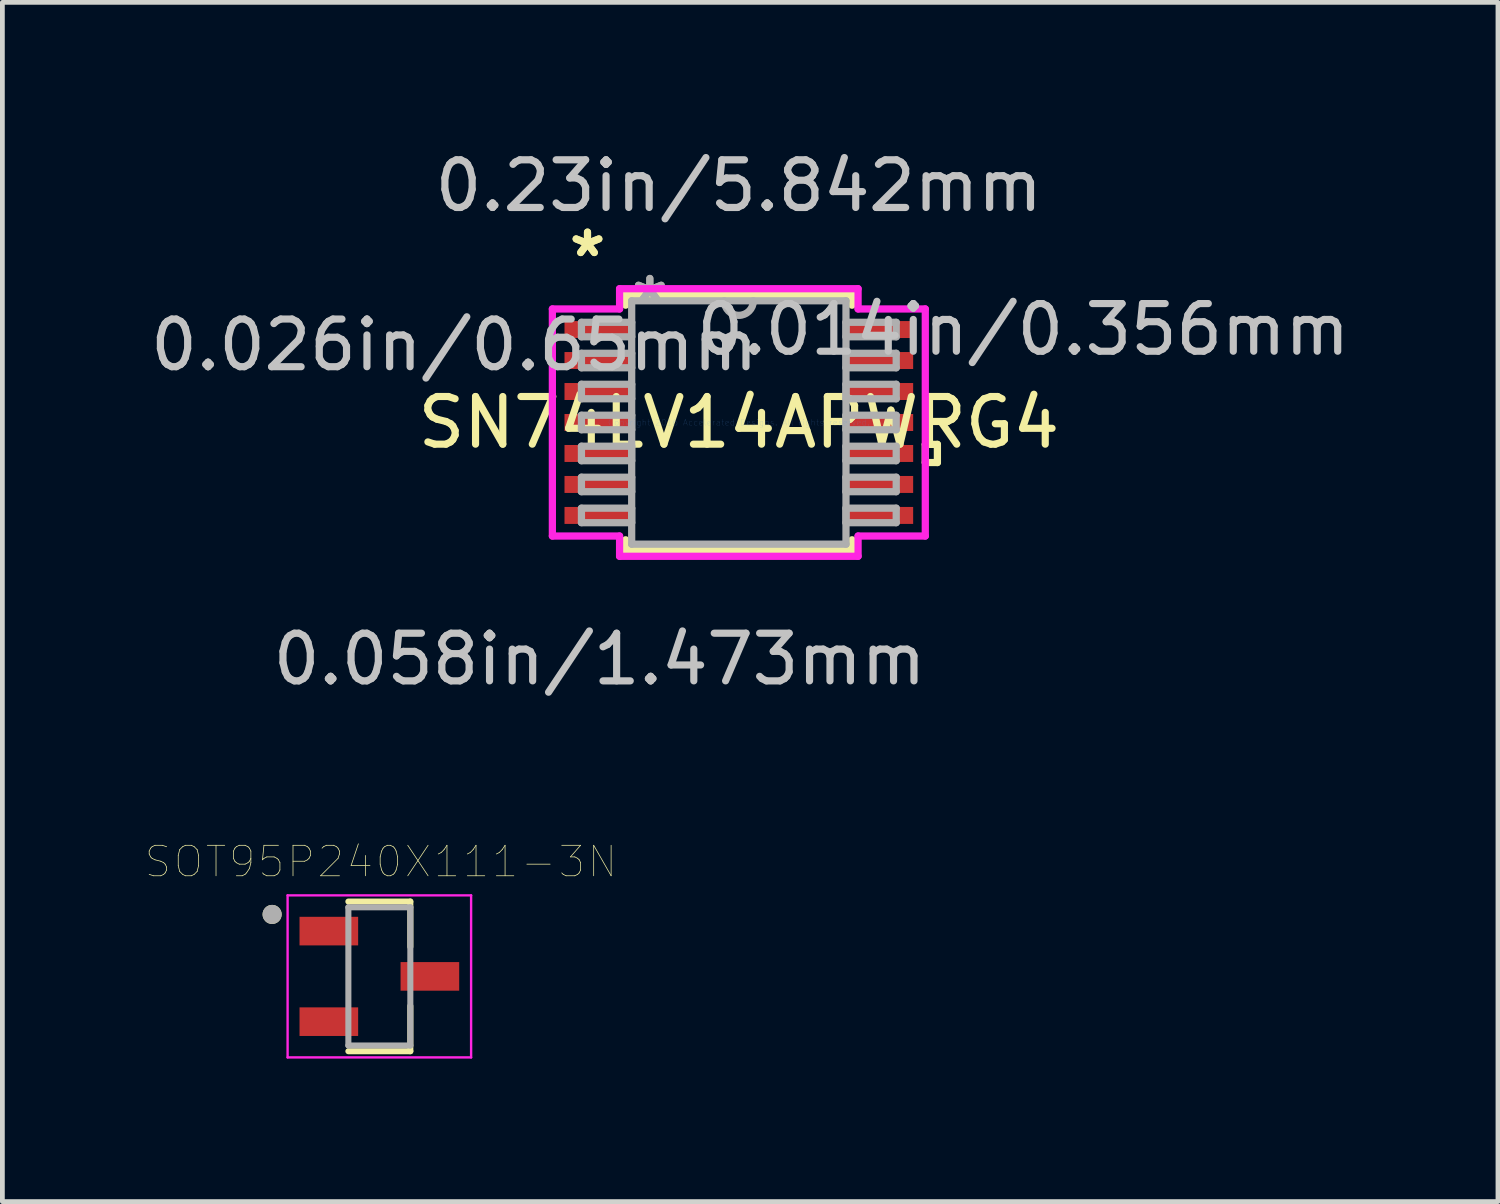
<source format=kicad_pcb>
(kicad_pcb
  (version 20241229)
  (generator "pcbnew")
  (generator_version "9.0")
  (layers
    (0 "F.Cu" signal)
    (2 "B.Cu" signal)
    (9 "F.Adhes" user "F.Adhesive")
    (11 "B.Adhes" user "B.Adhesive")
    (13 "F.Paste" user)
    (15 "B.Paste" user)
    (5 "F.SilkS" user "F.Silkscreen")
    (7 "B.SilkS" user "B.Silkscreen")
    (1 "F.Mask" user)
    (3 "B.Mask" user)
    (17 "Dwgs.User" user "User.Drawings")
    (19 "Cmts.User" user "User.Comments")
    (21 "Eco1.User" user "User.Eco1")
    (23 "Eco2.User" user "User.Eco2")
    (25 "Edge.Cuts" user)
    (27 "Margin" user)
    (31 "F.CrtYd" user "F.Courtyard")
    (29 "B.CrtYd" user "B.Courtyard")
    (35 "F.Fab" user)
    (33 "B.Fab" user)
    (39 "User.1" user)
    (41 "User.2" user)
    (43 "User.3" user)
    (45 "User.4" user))
  (footprint "SOT95P240X111-3N"
    (layer "F.Cu")
    (at 4.909 17.435)
    (property "Reference" "SOT95P240X111-3N" (at 0.032 -2.406 0) (layer "F.SilkS") (effects (font (size 0.64 0.64) (thickness 0.015))))
    (attr through_hole)
    (fp_line (start -0.65 -1.57) (end 0.65 -1.57) (stroke (width 0.127) (type solid)) (layer "F.SilkS"))
    (fp_line (start -0.65 1.57) (end 0.65 1.57) (stroke (width 0.127) (type solid)) (layer "F.SilkS"))
    (fp_line (start 0.65 -1.57) (end 0.65 -0.62) (stroke (width 0.127) (type solid)) (layer "F.SilkS"))
    (fp_line (start 0.65 1.57) (end 0.65 0.62) (stroke (width 0.127) (type solid)) (layer "F.SilkS"))
    (fp_circle (center -2.25 -1.3) (end -2.15 -1.3) (stroke (width 0.2) (type solid)) (fill no) (layer "F.SilkS"))
    (fp_line (start -1.925 -1.7) (end 1.925 -1.7) (stroke (width 0.05) (type solid)) (layer "F.CrtYd"))
    (fp_line (start -1.925 1.7) (end -1.925 -1.7) (stroke (width 0.05) (type solid)) (layer "F.CrtYd"))
    (fp_line (start 1.925 1.7) (end -1.925 1.7) (stroke (width 0.05) (type solid)) (layer "F.CrtYd"))
    (fp_line (start 1.925 1.7) (end 1.925 -1.7) (stroke (width 0.05) (type solid)) (layer "F.CrtYd"))
    (fp_line (start -0.65 -1.45) (end 0.65 -1.45) (stroke (width 0.127) (type solid)) (layer "F.Fab"))
    (fp_line (start -0.65 1.45) (end -0.65 -1.45) (stroke (width 0.127) (type solid)) (layer "F.Fab"))
    (fp_line (start 0.65 -1.45) (end 0.65 1.45) (stroke (width 0.127) (type solid)) (layer "F.Fab"))
    (fp_line (start 0.65 1.45) (end -0.65 1.45) (stroke (width 0.127) (type solid)) (layer "F.Fab"))
    (fp_circle (center -2.25 -1.3) (end -2.15 -1.3) (stroke (width 0.2) (type solid)) (fill no) (layer "F.Fab"))
    (pad "1" smd rect (at -1.06 -0.95) (size 1.23 0.6) (layers "F.Cu" "F.Mask" "F.Paste"))
    (pad "2" smd rect (at -1.06 0.95) (size 1.23 0.6) (layers "F.Cu" "F.Mask" "F.Paste"))
    (pad "3" smd rect (at 1.06 0) (size 1.23 0.6) (layers "F.Cu" "F.Mask" "F.Paste")))
  (footprint "SN74LV14APWRG4"
    (layer "F.Cu")
    (at 12.451 5.814)
    (property "Reference" "SN74LV14APWRG4" (at 0 0 0) (layer "F.SilkS") (effects (font (size 1 1) (thickness 0.15))))
    (attr through_hole)
    (fp_line (start -2.375 -2.68) (end -2.375 -2.461) (stroke (width 0.152) (type solid)) (layer "F.SilkS"))
    (fp_line (start -2.375 2.461) (end -2.375 2.68) (stroke (width 0.152) (type solid)) (layer "F.SilkS"))
    (fp_line (start -2.375 2.68) (end 2.375 2.68) (stroke (width 0.152) (type solid)) (layer "F.SilkS"))
    (fp_line (start 2.375 -2.68) (end -2.375 -2.68) (stroke (width 0.152) (type solid)) (layer "F.SilkS"))
    (fp_line (start 2.375 -2.461) (end 2.375 -2.68) (stroke (width 0.152) (type solid)) (layer "F.SilkS"))
    (fp_line (start 2.375 2.68) (end 2.375 2.461) (stroke (width 0.152) (type solid)) (layer "F.SilkS"))
    (fp_line (start 3.912 0.459) (end 4.166 0.459) (stroke (width 0.152) (type solid)) (layer "F.SilkS"))
    (fp_line (start 3.912 0.84) (end 3.912 0.459) (stroke (width 0.152) (type solid)) (layer "F.SilkS"))
    (fp_line (start 4.166 0.459) (end 4.166 0.84) (stroke (width 0.152) (type solid)) (layer "F.SilkS"))
    (fp_line (start 4.166 0.84) (end 3.912 0.84) (stroke (width 0.152) (type solid)) (layer "F.SilkS"))
    (fp_line (start -3.912 -2.382) (end -2.502 -2.382) (stroke (width 0.152) (type solid)) (layer "F.CrtYd"))
    (fp_line (start -3.912 2.382) (end -3.912 -2.382) (stroke (width 0.152) (type solid)) (layer "F.CrtYd"))
    (fp_line (start -2.502 -2.807) (end 2.502 -2.807) (stroke (width 0.152) (type solid)) (layer "F.CrtYd"))
    (fp_line (start -2.502 -2.382) (end -2.502 -2.807) (stroke (width 0.152) (type solid)) (layer "F.CrtYd"))
    (fp_line (start -2.502 2.382) (end -3.912 2.382) (stroke (width 0.152) (type solid)) (layer "F.CrtYd"))
    (fp_line (start -2.502 2.807) (end -2.502 2.382) (stroke (width 0.152) (type solid)) (layer "F.CrtYd"))
    (fp_line (start 2.502 -2.807) (end 2.502 -2.382) (stroke (width 0.152) (type solid)) (layer "F.CrtYd"))
    (fp_line (start 2.502 -2.382) (end 3.912 -2.382) (stroke (width 0.152) (type solid)) (layer "F.CrtYd"))
    (fp_line (start 2.502 2.382) (end 2.502 2.807) (stroke (width 0.152) (type solid)) (layer "F.CrtYd"))
    (fp_line (start 2.502 2.807) (end -2.502 2.807) (stroke (width 0.152) (type solid)) (layer "F.CrtYd"))
    (fp_line (start 3.912 -2.382) (end 3.912 2.382) (stroke (width 0.152) (type solid)) (layer "F.CrtYd"))
    (fp_line (start 3.912 2.382) (end 2.502 2.382) (stroke (width 0.152) (type solid)) (layer "F.CrtYd"))
    (fp_line (start -3.302 -2.102) (end -3.302 -1.798) (stroke (width 0.152) (type solid)) (layer "F.Fab"))
    (fp_line (start -3.302 -1.798) (end -2.248 -1.798) (stroke (width 0.152) (type solid)) (layer "F.Fab"))
    (fp_line (start -3.302 -1.452) (end -3.302 -1.148) (stroke (width 0.152) (type solid)) (layer "F.Fab"))
    (fp_line (start -3.302 -1.148) (end -2.248 -1.148) (stroke (width 0.152) (type solid)) (layer "F.Fab"))
    (fp_line (start -3.302 -0.802) (end -3.302 -0.498) (stroke (width 0.152) (type solid)) (layer "F.Fab"))
    (fp_line (start -3.302 -0.498) (end -2.248 -0.498) (stroke (width 0.152) (type solid)) (layer "F.Fab"))
    (fp_line (start -3.302 -0.152) (end -3.302 0.152) (stroke (width 0.152) (type solid)) (layer "F.Fab"))
    (fp_line (start -3.302 0.152) (end -2.248 0.152) (stroke (width 0.152) (type solid)) (layer "F.Fab"))
    (fp_line (start -3.302 0.498) (end -3.302 0.802) (stroke (width 0.152) (type solid)) (layer "F.Fab"))
    (fp_line (start -3.302 0.802) (end -2.248 0.802) (stroke (width 0.152) (type solid)) (layer "F.Fab"))
    (fp_line (start -3.302 1.148) (end -3.302 1.452) (stroke (width 0.152) (type solid)) (layer "F.Fab"))
    (fp_line (start -3.302 1.452) (end -2.248 1.452) (stroke (width 0.152) (type solid)) (layer "F.Fab"))
    (fp_line (start -3.302 1.798) (end -3.302 2.102) (stroke (width 0.152) (type solid)) (layer "F.Fab"))
    (fp_line (start -3.302 2.102) (end -2.248 2.102) (stroke (width 0.152) (type solid)) (layer "F.Fab"))
    (fp_line (start -2.248 -2.553) (end -2.248 2.553) (stroke (width 0.152) (type solid)) (layer "F.Fab"))
    (fp_line (start -2.248 -2.102) (end -3.302 -2.102) (stroke (width 0.152) (type solid)) (layer "F.Fab"))
    (fp_line (start -2.248 -1.798) (end -2.248 -2.102) (stroke (width 0.152) (type solid)) (layer "F.Fab"))
    (fp_line (start -2.248 -1.452) (end -3.302 -1.452) (stroke (width 0.152) (type solid)) (layer "F.Fab"))
    (fp_line (start -2.248 -1.148) (end -2.248 -1.452) (stroke (width 0.152) (type solid)) (layer "F.Fab"))
    (fp_line (start -2.248 -0.802) (end -3.302 -0.802) (stroke (width 0.152) (type solid)) (layer "F.Fab"))
    (fp_line (start -2.248 -0.498) (end -2.248 -0.802) (stroke (width 0.152) (type solid)) (layer "F.Fab"))
    (fp_line (start -2.248 -0.152) (end -3.302 -0.152) (stroke (width 0.152) (type solid)) (layer "F.Fab"))
    (fp_line (start -2.248 0.152) (end -2.248 -0.152) (stroke (width 0.152) (type solid)) (layer "F.Fab"))
    (fp_line (start -2.248 0.498) (end -3.302 0.498) (stroke (width 0.152) (type solid)) (layer "F.Fab"))
    (fp_line (start -2.248 0.802) (end -2.248 0.498) (stroke (width 0.152) (type solid)) (layer "F.Fab"))
    (fp_line (start -2.248 1.148) (end -3.302 1.148) (stroke (width 0.152) (type solid)) (layer "F.Fab"))
    (fp_line (start -2.248 1.452) (end -2.248 1.148) (stroke (width 0.152) (type solid)) (layer "F.Fab"))
    (fp_line (start -2.248 1.798) (end -3.302 1.798) (stroke (width 0.152) (type solid)) (layer "F.Fab"))
    (fp_line (start -2.248 2.102) (end -2.248 1.798) (stroke (width 0.152) (type solid)) (layer "F.Fab"))
    (fp_line (start -2.248 2.553) (end 2.248 2.553) (stroke (width 0.152) (type solid)) (layer "F.Fab"))
    (fp_line (start 2.248 -2.553) (end -2.248 -2.553) (stroke (width 0.152) (type solid)) (layer "F.Fab"))
    (fp_line (start 2.248 -2.102) (end 2.248 -1.798) (stroke (width 0.152) (type solid)) (layer "F.Fab"))
    (fp_line (start 2.248 -1.798) (end 3.302 -1.798) (stroke (width 0.152) (type solid)) (layer "F.Fab"))
    (fp_line (start 2.248 -1.452) (end 2.248 -1.148) (stroke (width 0.152) (type solid)) (layer "F.Fab"))
    (fp_line (start 2.248 -1.148) (end 3.302 -1.148) (stroke (width 0.152) (type solid)) (layer "F.Fab"))
    (fp_line (start 2.248 -0.802) (end 2.248 -0.498) (stroke (width 0.152) (type solid)) (layer "F.Fab"))
    (fp_line (start 2.248 -0.498) (end 3.302 -0.498) (stroke (width 0.152) (type solid)) (layer "F.Fab"))
    (fp_line (start 2.248 -0.152) (end 2.248 0.152) (stroke (width 0.152) (type solid)) (layer "F.Fab"))
    (fp_line (start 2.248 0.152) (end 3.302 0.152) (stroke (width 0.152) (type solid)) (layer "F.Fab"))
    (fp_line (start 2.248 0.498) (end 2.248 0.802) (stroke (width 0.152) (type solid)) (layer "F.Fab"))
    (fp_line (start 2.248 0.802) (end 3.302 0.802) (stroke (width 0.152) (type solid)) (layer "F.Fab"))
    (fp_line (start 2.248 1.148) (end 2.248 1.452) (stroke (width 0.152) (type solid)) (layer "F.Fab"))
    (fp_line (start 2.248 1.452) (end 3.302 1.452) (stroke (width 0.152) (type solid)) (layer "F.Fab"))
    (fp_line (start 2.248 1.798) (end 2.248 2.102) (stroke (width 0.152) (type solid)) (layer "F.Fab"))
    (fp_line (start 2.248 2.102) (end 3.302 2.102) (stroke (width 0.152) (type solid)) (layer "F.Fab"))
    (fp_line (start 2.248 2.553) (end 2.248 -2.553) (stroke (width 0.152) (type solid)) (layer "F.Fab"))
    (fp_line (start 3.302 -2.102) (end 2.248 -2.102) (stroke (width 0.152) (type solid)) (layer "F.Fab"))
    (fp_line (start 3.302 -1.798) (end 3.302 -2.102) (stroke (width 0.152) (type solid)) (layer "F.Fab"))
    (fp_line (start 3.302 -1.452) (end 2.248 -1.452) (stroke (width 0.152) (type solid)) (layer "F.Fab"))
    (fp_line (start 3.302 -1.148) (end 3.302 -1.452) (stroke (width 0.152) (type solid)) (layer "F.Fab"))
    (fp_line (start 3.302 -0.802) (end 2.248 -0.802) (stroke (width 0.152) (type solid)) (layer "F.Fab"))
    (fp_line (start 3.302 -0.498) (end 3.302 -0.802) (stroke (width 0.152) (type solid)) (layer "F.Fab"))
    (fp_line (start 3.302 -0.152) (end 2.248 -0.152) (stroke (width 0.152) (type solid)) (layer "F.Fab"))
    (fp_line (start 3.302 0.152) (end 3.302 -0.152) (stroke (width 0.152) (type solid)) (layer "F.Fab"))
    (fp_line (start 3.302 0.498) (end 2.248 0.498) (stroke (width 0.152) (type solid)) (layer "F.Fab"))
    (fp_line (start 3.302 0.802) (end 3.302 0.498) (stroke (width 0.152) (type solid)) (layer "F.Fab"))
    (fp_line (start 3.302 1.148) (end 2.248 1.148) (stroke (width 0.152) (type solid)) (layer "F.Fab"))
    (fp_line (start 3.302 1.452) (end 3.302 1.148) (stroke (width 0.152) (type solid)) (layer "F.Fab"))
    (fp_line (start 3.302 1.798) (end 2.248 1.798) (stroke (width 0.152) (type solid)) (layer "F.Fab"))
    (fp_line (start 3.302 2.102) (end 3.302 1.798) (stroke (width 0.152) (type solid)) (layer "F.Fab"))
    (fp_arc (start 0.3048 -2.5527) (mid 0 -2.2479) (end -0.3048 -2.5527) (stroke (width 0.1524) (type solid)) (layer "F.Fab"))
    (fp_text user "*" (at -3.175 -3.449 0) (layer "F.SilkS") (effects (font (size 1 1) (thickness 0.15))))
    (fp_text user "*" (at -3.175 -3.449 0) (layer "F.SilkS") (effects (font (size 1 1) (thickness 0.15))))
    (fp_text user "0.026in/0.65mm" (at -5.969 -1.625 0) (layer "Dwgs.User") (effects (font (size 1 1) (thickness 0.15))))
    (fp_text user "0.058in/1.473mm" (at -2.921 4.966 0) (layer "Dwgs.User") (effects (font (size 1 1) (thickness 0.15))))
    (fp_text user "0.014in/0.356mm" (at 5.969 -1.95 0) (layer "Dwgs.User") (effects (font (size 1 1) (thickness 0.15))))
    (fp_text user "0.23in/5.842mm" (at 0 -4.966 0) (layer "Dwgs.User") (effects (font (size 1 1) (thickness 0.15))))
    (fp_text user "Copyright 2016 Accelerated Designs. All rights reserved." (at 0 0 0) (layer "Cmts.User") (effects (font (size 0.127 0.127) (thickness 0.002))))
    (fp_text user "*" (at -1.867 -2.477 0) (layer "F.Fab") (effects (font (size 1 1) (thickness 0.15))))
    (fp_text user "*" (at -1.867 -2.477 0) (layer "F.Fab") (effects (font (size 1 1) (thickness 0.15))))
    (pad "1" smd rect (at -2.921 -1.95) (size 1.473 0.356) (layers "F.Cu" "F.Mask" "F.Paste"))
    (pad "2" smd rect (at -2.921 -1.3) (size 1.473 0.356) (layers "F.Cu" "F.Mask" "F.Paste"))
    (pad "3" smd rect (at -2.921 -0.65) (size 1.473 0.356) (layers "F.Cu" "F.Mask" "F.Paste"))
    (pad "4" smd rect (at -2.921 0) (size 1.473 0.356) (layers "F.Cu" "F.Mask" "F.Paste"))
    (pad "5" smd rect (at -2.921 0.65) (size 1.473 0.356) (layers "F.Cu" "F.Mask" "F.Paste"))
    (pad "6" smd rect (at -2.921 1.3) (size 1.473 0.356) (layers "F.Cu" "F.Mask" "F.Paste"))
    (pad "7" smd rect (at -2.921 1.95) (size 1.473 0.356) (layers "F.Cu" "F.Mask" "F.Paste"))
    (pad "8" smd rect (at 2.921 1.95) (size 1.473 0.356) (layers "F.Cu" "F.Mask" "F.Paste"))
    (pad "9" smd rect (at 2.921 1.3) (size 1.473 0.356) (layers "F.Cu" "F.Mask" "F.Paste"))
    (pad "10" smd rect (at 2.921 0.65) (size 1.473 0.356) (layers "F.Cu" "F.Mask" "F.Paste"))
    (pad "11" smd rect (at 2.921 0) (size 1.473 0.356) (layers "F.Cu" "F.Mask" "F.Paste"))
    (pad "12" smd rect (at 2.921 -0.65) (size 1.473 0.356) (layers "F.Cu" "F.Mask" "F.Paste"))
    (pad "13" smd rect (at 2.921 -1.3) (size 1.473 0.356) (layers "F.Cu" "F.Mask" "F.Paste"))
    (pad "14" smd rect (at 2.921 -1.95) (size 1.473 0.356) (layers "F.Cu" "F.Mask" "F.Paste")))
  (gr_rect
    (start -3 -3)
    (end 28.378 22.16)
    (stroke (width 0.1) (type default))
    (fill no)
    (layer "Edge.Cuts")))
</source>
